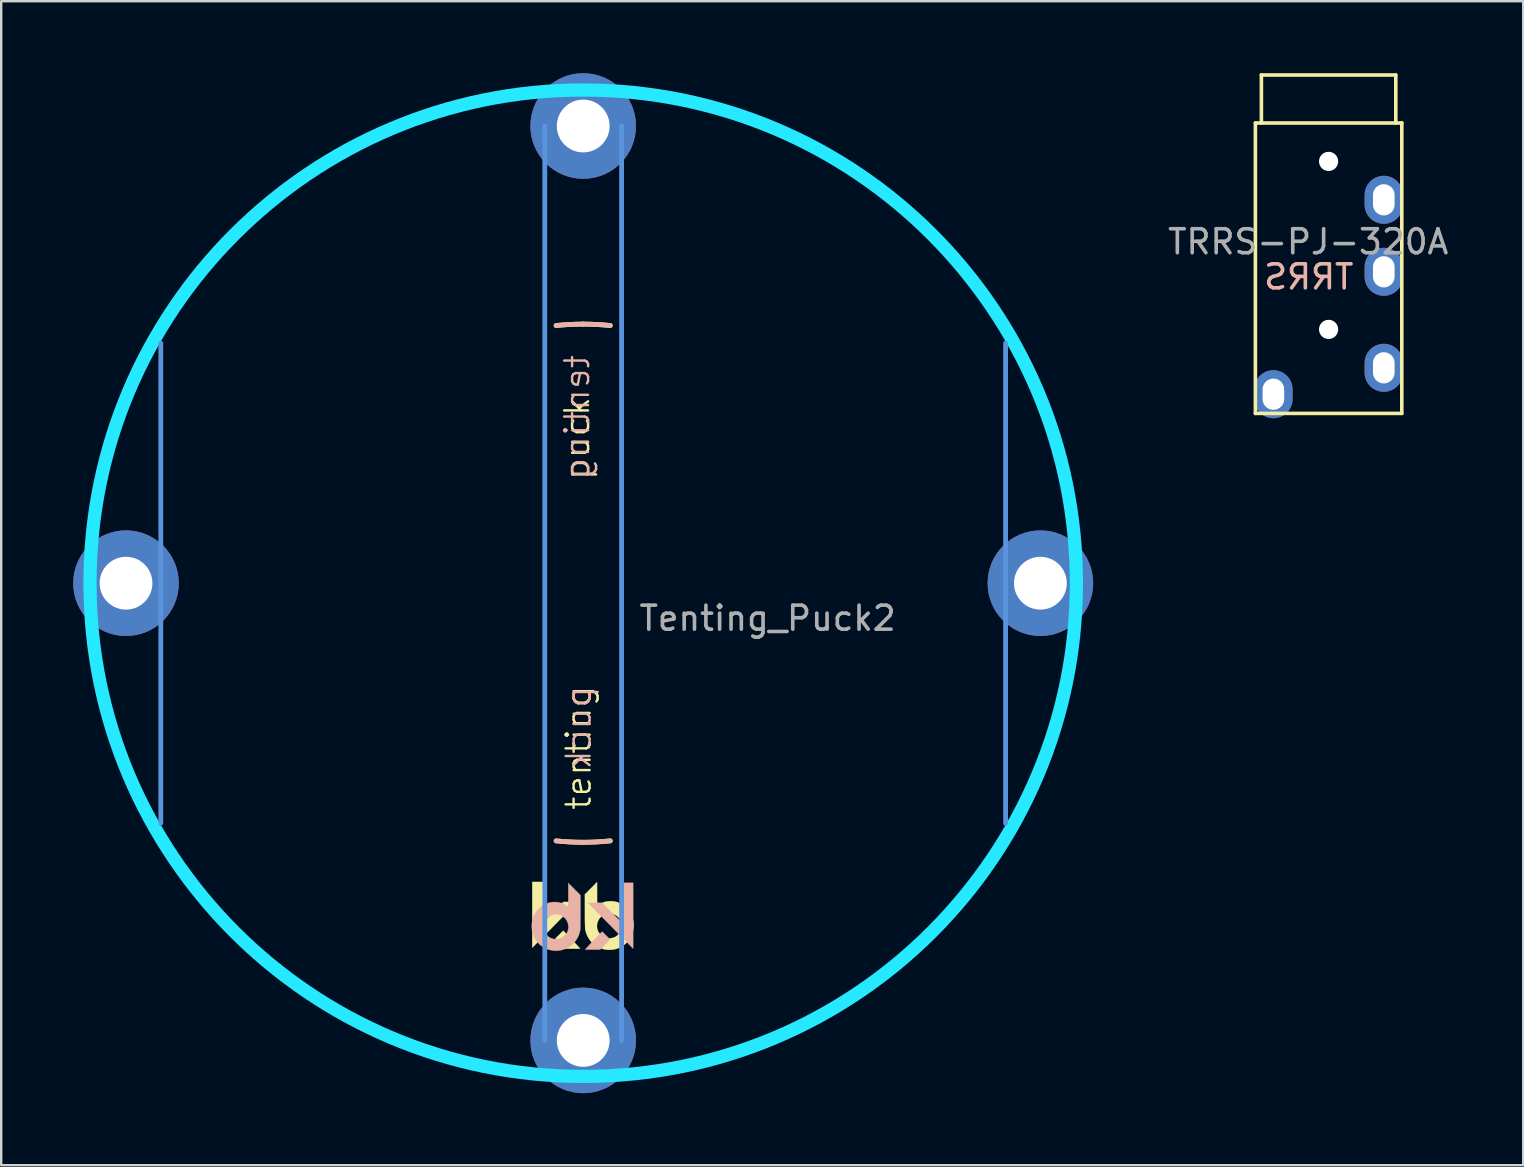
<source format=kicad_pcb>
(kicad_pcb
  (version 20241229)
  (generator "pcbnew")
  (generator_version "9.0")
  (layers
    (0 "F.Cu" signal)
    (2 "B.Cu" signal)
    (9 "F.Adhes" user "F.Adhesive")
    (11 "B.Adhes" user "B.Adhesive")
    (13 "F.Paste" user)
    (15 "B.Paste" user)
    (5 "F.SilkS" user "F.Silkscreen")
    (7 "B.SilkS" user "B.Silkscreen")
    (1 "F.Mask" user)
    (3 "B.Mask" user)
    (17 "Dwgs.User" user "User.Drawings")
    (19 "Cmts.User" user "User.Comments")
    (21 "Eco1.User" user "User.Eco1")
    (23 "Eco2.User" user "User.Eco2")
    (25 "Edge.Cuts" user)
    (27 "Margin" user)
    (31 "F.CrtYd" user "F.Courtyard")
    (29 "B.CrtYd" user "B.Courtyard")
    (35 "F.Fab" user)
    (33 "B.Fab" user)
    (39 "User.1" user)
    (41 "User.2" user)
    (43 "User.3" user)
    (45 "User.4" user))
  (footprint "TRRS-PJ-320A"
    (layer "F.Cu")
    (at 52.308 2.075)
    (property "Reference" "TRRS-PJ-320A" (at -0.85 4.95 0) (layer "F.Fab") (effects (font (size 1 1) (thickness 0.15))))
    (attr through_hole)
    (fp_line (start -3.05 0) (end -3.05 12.1) (stroke (width 0.15) (type solid)) (layer "F.SilkS"))
    (fp_line (start -2.8 0) (end -2.8 -2) (stroke (width 0.15) (type solid)) (layer "F.SilkS"))
    (fp_line (start 2.8 -2) (end -2.8 -2) (stroke (width 0.15) (type solid)) (layer "F.SilkS"))
    (fp_line (start 2.8 0) (end 2.8 -2) (stroke (width 0.15) (type solid)) (layer "F.SilkS"))
    (fp_line (start 3.05 0) (end -3.05 0) (stroke (width 0.15) (type solid)) (layer "F.SilkS"))
    (fp_line (start 3.05 0) (end 3.05 12.1) (stroke (width 0.15) (type solid)) (layer "F.SilkS"))
    (fp_line (start 3.05 12.1) (end -3.05 12.1) (stroke (width 0.15) (type solid)) (layer "F.SilkS"))
    (fp_text user "TRRS" (at -0.826 6.413 0) (layer "B.SilkS") (effects (font (size 1 1) (thickness 0.15)) (justify mirror)))
    (pad "" np_thru_hole circle (at 0 1.6) (size 0.8 0.8) (drill 0.8) (layers "*.Cu" "*.Mask"))
    (pad "" np_thru_hole circle (at 0 8.6) (size 0.8 0.8) (drill 0.8) (layers "*.Cu" "*.Mask"))
    (pad "R1" thru_hole oval (at 2.3 6.2) (size 1.6 2) (drill oval 0.9 1.3) (layers "*.Cu" "*.Mask"))
    (pad "R2" thru_hole oval (at 2.3 3.2) (size 1.6 2) (drill oval 0.9 1.3) (layers "*.Cu" "*.Mask"))
    (pad "S" thru_hole oval (at -2.3 11.3) (size 1.6 2) (drill oval 0.9 1.3) (layers "*.Cu" "*.Mask"))
    (pad "T" thru_hole oval (at 2.3 10.2) (size 1.6 2) (drill oval 0.9 1.3) (layers "*.Cu" "*.Mask")))
  (footprint "Tenting_Puck2"
    (layer "F.Cu")
    (at 21.25 21.25)
    (property "Reference" "Tenting_Puck2" (at 7.684 1.46 0) (layer "F.Fab") (effects (font (size 1 1) (thickness 0.15))))
    (attr through_hole)
    (fp_arc (start -20.32 -2.8575) (mid -19.91151 -4.959786) (end -19.286134 -7.008048) (stroke (width 0.2) (type solid)) (layer "F.SilkS"))
    (fp_arc (start -19.286134 7.008047) (mid -19.91151 4.959786) (end -20.32 2.8575) (stroke (width 0.2) (type solid)) (layer "F.SilkS"))
    (fp_arc (start -7.008048 -19.286134) (mid -4.959786 -19.91151) (end -2.8575 -20.32) (stroke (width 0.2) (type solid)) (layer "F.SilkS"))
    (fp_arc (start -2.8575 20.32) (mid -4.959785 19.91151) (end -7.008046 19.286135) (stroke (width 0.2) (type solid)) (layer "F.SilkS"))
    (fp_arc (start -1.128385 -10.735864) (mid -0.564967 -10.780206) (end 0 -10.795) (stroke (width 0.2) (type solid)) (layer "F.SilkS"))
    (fp_arc (start 0 -10.795) (mid 0.564967 -10.780206) (end 1.128385 -10.735864) (stroke (width 0.2) (type solid)) (layer "F.SilkS"))
    (fp_arc (start 0 10.795) (mid -0.564967 10.780206) (end -1.128385 10.735864) (stroke (width 0.2) (type solid)) (layer "F.SilkS"))
    (fp_arc (start 1.128385 10.735864) (mid 0.564967 10.780206) (end 0 10.795) (stroke (width 0.2) (type solid)) (layer "F.SilkS"))
    (fp_arc (start 2.8575 -20.32) (mid 4.959786 -19.91151) (end 7.008047 -19.286134) (stroke (width 0.2) (type solid)) (layer "F.SilkS"))
    (fp_arc (start 7.008047 19.286134) (mid 4.959786 19.91151) (end 2.8575 20.32) (stroke (width 0.2) (type solid)) (layer "F.SilkS"))
    (fp_arc (start 19.286135 -7.008045) (mid 19.91151 -4.959785) (end 20.32 -2.8575) (stroke (width 0.2) (type solid)) (layer "F.SilkS"))
    (fp_arc (start 20.32 2.8575) (mid 19.91151 4.959785) (end 19.286135 7.008046) (stroke (width 0.2) (type solid)) (layer "F.SilkS"))
    (fp_poly (pts (xy -1.627 14.082) (xy -0.824 13.279) (xy -0.535 13.282) (xy -0.247 13.285) (xy -1.094 14.145) (xy -1.212 14.265) (xy -1.327 14.382) (xy -1.437 14.494) (xy -1.542 14.6) (xy -1.64 14.7) (xy -1.731 14.791) (xy -1.811 14.874) (xy -1.882 14.945) (xy -1.941 15.005) (xy -1.987 15.052) (xy -2.019 15.084) (xy -2.032 15.098) (xy -2.123 15.19) (xy -2.123 12.448) (xy -1.627 12.448) (xy -1.627 14.082)) (stroke (width 0.01) (type solid)) (fill yes) (layer "F.SilkS"))
    (fp_poly (pts (xy -0.82 14.488) (xy -0.797 14.511) (xy -0.763 14.547) (xy -0.719 14.593) (xy -0.666 14.647) (xy -0.609 14.708) (xy -0.547 14.773) (xy -0.483 14.841) (xy -0.42 14.908) (xy -0.359 14.973) (xy -0.302 15.034) (xy -0.251 15.089) (xy -0.208 15.135) (xy -0.175 15.171) (xy -0.154 15.194) (xy -0.152 15.197) (xy -0.124 15.231) (xy -0.744 15.231) (xy -0.917 15.055) (xy -0.971 15) (xy -1.021 14.948) (xy -1.065 14.903) (xy -1.099 14.868) (xy -1.121 14.844) (xy -1.124 14.841) (xy -1.158 14.803) (xy -0.997 14.642) (xy -0.948 14.592) (xy -0.903 14.549) (xy -0.867 14.514) (xy -0.842 14.491) (xy -0.829 14.48) (xy -0.829 14.48) (xy -0.82 14.488)) (stroke (width 0.01) (type solid)) (fill yes) (layer "F.SilkS"))
    (fp_poly (pts (xy 0.578 12.948) (xy 0.578 13.052) (xy 0.579 13.149) (xy 0.58 13.236) (xy 0.581 13.31) (xy 0.582 13.37) (xy 0.583 13.413) (xy 0.585 13.437) (xy 0.586 13.441) (xy 0.598 13.435) (xy 0.623 13.419) (xy 0.647 13.401) (xy 0.762 13.331) (xy 0.884 13.282) (xy 1.014 13.254) (xy 1.153 13.247) (xy 1.171 13.248) (xy 1.261 13.255) (xy 1.337 13.267) (xy 1.409 13.286) (xy 1.484 13.315) (xy 1.554 13.348) (xy 1.682 13.423) (xy 1.795 13.515) (xy 1.892 13.622) (xy 1.972 13.743) (xy 2.033 13.874) (xy 2.076 14.016) (xy 2.099 14.167) (xy 2.102 14.256) (xy 2.092 14.409) (xy 2.061 14.553) (xy 2.008 14.693) (xy 1.95 14.8) (xy 1.865 14.92) (xy 1.763 15.025) (xy 1.648 15.113) (xy 1.521 15.184) (xy 1.385 15.236) (xy 1.241 15.268) (xy 1.093 15.279) (xy 0.993 15.275) (xy 0.848 15.25) (xy 0.707 15.204) (xy 0.574 15.138) (xy 0.452 15.054) (xy 0.343 14.954) (xy 0.335 14.944) (xy 0.254 14.84) (xy 0.184 14.722) (xy 0.129 14.596) (xy 0.092 14.469) (xy 0.083 14.423) (xy 0.08 14.394) (xy 0.078 14.344) (xy 0.076 14.294) (xy 0.573 14.294) (xy 0.583 14.391) (xy 0.614 14.485) (xy 0.642 14.539) (xy 0.709 14.628) (xy 0.789 14.699) (xy 0.878 14.751) (xy 0.975 14.784) (xy 1.076 14.797) (xy 1.18 14.789) (xy 1.253 14.769) (xy 1.296 14.753) (xy 1.337 14.736) (xy 1.353 14.728) (xy 1.398 14.697) (xy 1.448 14.651) (xy 1.496 14.595) (xy 1.537 14.537) (xy 1.559 14.498) (xy 1.579 14.454) (xy 1.591 14.415) (xy 1.599 14.373) (xy 1.603 14.318) (xy 1.603 14.313) (xy 1.6 14.205) (xy 1.577 14.107) (xy 1.534 14.014) (xy 1.516 13.985) (xy 1.451 13.908) (xy 1.372 13.845) (xy 1.283 13.8) (xy 1.186 13.772) (xy 1.085 13.763) (xy 0.984 13.773) (xy 0.885 13.803) (xy 0.871 13.81) (xy 0.783 13.863) (xy 0.709 13.931) (xy 0.65 14.011) (xy 0.607 14.101) (xy 0.581 14.196) (xy 0.573 14.294) (xy 0.076 14.294) (xy 0.076 14.274) (xy 0.074 14.185) (xy 0.072 14.078) (xy 0.071 13.955) (xy 0.071 13.818) (xy 0.071 13.668) (xy 0.071 13.656) (xy 0.07 12.964) (xy 0.578 12.454) (xy 0.578 12.948)) (stroke (width 0.01) (type solid)) (fill yes) (layer "F.SilkS"))
    (fp_arc (start -20.32 -2.8575) (mid -19.91151 -4.959784) (end -19.286136 -7.008044) (stroke (width 0.2) (type solid)) (layer "B.SilkS"))
    (fp_arc (start -19.286135 7.008046) (mid -19.91151 4.959785) (end -20.32 2.8575) (stroke (width 0.2) (type solid)) (layer "B.SilkS"))
    (fp_arc (start -7.008046 -19.286135) (mid -4.959785 -19.91151) (end -2.8575 -20.32) (stroke (width 0.2) (type solid)) (layer "B.SilkS"))
    (fp_arc (start -2.8575 20.32) (mid -4.959785 19.91151) (end -7.008045 19.286135) (stroke (width 0.2) (type solid)) (layer "B.SilkS"))
    (fp_arc (start -1.128385 -10.735864) (mid -0.564967 -10.780206) (end 0 -10.795) (stroke (width 0.2) (type solid)) (layer "B.SilkS"))
    (fp_arc (start 0 -10.795) (mid 0.564967 -10.780206) (end 1.128385 -10.735864) (stroke (width 0.2) (type solid)) (layer "B.SilkS"))
    (fp_arc (start 0 10.795) (mid -0.564967 10.780206) (end -1.128385 10.735864) (stroke (width 0.2) (type solid)) (layer "B.SilkS"))
    (fp_arc (start 1.128385 10.735864) (mid 0.564967 10.780206) (end 0 10.795) (stroke (width 0.2) (type solid)) (layer "B.SilkS"))
    (fp_arc (start 2.8575 -20.32) (mid 4.959787 -19.91151) (end 7.008049 -19.286134) (stroke (width 0.2) (type solid)) (layer "B.SilkS"))
    (fp_arc (start 7.008045 19.286135) (mid 4.959785 19.91151) (end 2.8575 20.32) (stroke (width 0.2) (type solid)) (layer "B.SilkS"))
    (fp_arc (start 19.286134 -7.008048) (mid 19.91151 -4.959786) (end 20.32 -2.8575) (stroke (width 0.2) (type solid)) (layer "B.SilkS"))
    (fp_arc (start 20.32 2.8575) (mid 19.91151 4.959786) (end 19.286134 7.008048) (stroke (width 0.2) (type solid)) (layer "B.SilkS"))
    (fp_poly (pts (xy 1.584 14.118) (xy 0.782 13.315) (xy 0.493 13.318) (xy 0.205 13.322) (xy 1.052 14.182) (xy 1.17 14.301) (xy 1.285 14.418) (xy 1.395 14.53) (xy 1.5 14.637) (xy 1.598 14.736) (xy 1.688 14.828) (xy 1.769 14.91) (xy 1.84 14.981) (xy 1.899 15.041) (xy 1.944 15.088) (xy 1.976 15.12) (xy 1.99 15.134) (xy 2.081 15.226) (xy 2.081 12.484) (xy 1.584 12.484) (xy 1.584 14.118)) (stroke (width 0.01) (type solid)) (fill yes) (layer "B.SilkS"))
    (fp_poly (pts (xy 0.778 14.525) (xy 0.755 14.547) (xy 0.721 14.583) (xy 0.676 14.629) (xy 0.624 14.684) (xy 0.566 14.745) (xy 0.505 14.81) (xy 0.441 14.877) (xy 0.378 14.944) (xy 0.316 15.009) (xy 0.259 15.07) (xy 0.208 15.125) (xy 0.166 15.172) (xy 0.133 15.207) (xy 0.112 15.231) (xy 0.11 15.233) (xy 0.082 15.267) (xy 0.702 15.267) (xy 0.875 15.091) (xy 0.929 15.036) (xy 0.979 14.985) (xy 1.023 14.939) (xy 1.057 14.904) (xy 1.079 14.88) (xy 1.082 14.877) (xy 1.116 14.839) (xy 0.955 14.678) (xy 0.905 14.628) (xy 0.861 14.585) (xy 0.825 14.55) (xy 0.799 14.527) (xy 0.787 14.517) (xy 0.787 14.516) (xy 0.778 14.525)) (stroke (width 0.01) (type solid)) (fill yes) (layer "B.SilkS"))
    (fp_poly (pts (xy -0.621 12.984) (xy -0.621 13.088) (xy -0.621 13.185) (xy -0.622 13.272) (xy -0.623 13.346) (xy -0.624 13.406) (xy -0.625 13.45) (xy -0.627 13.473) (xy -0.628 13.477) (xy -0.64 13.471) (xy -0.665 13.455) (xy -0.689 13.438) (xy -0.804 13.367) (xy -0.926 13.318) (xy -1.057 13.29) (xy -1.196 13.284) (xy -1.214 13.284) (xy -1.303 13.291) (xy -1.38 13.303) (xy -1.451 13.322) (xy -1.526 13.351) (xy -1.596 13.384) (xy -1.724 13.459) (xy -1.837 13.551) (xy -1.934 13.658) (xy -2.014 13.779) (xy -2.076 13.911) (xy -2.118 14.053) (xy -2.141 14.203) (xy -2.145 14.293) (xy -2.134 14.445) (xy -2.103 14.59) (xy -2.05 14.729) (xy -1.993 14.836) (xy -1.907 14.956) (xy -1.805 15.061) (xy -1.69 15.149) (xy -1.563 15.22) (xy -1.427 15.272) (xy -1.283 15.304) (xy -1.135 15.316) (xy -1.035 15.311) (xy -0.89 15.286) (xy -0.75 15.24) (xy -0.616 15.174) (xy -0.494 15.09) (xy -0.386 14.99) (xy -0.377 14.981) (xy -0.296 14.876) (xy -0.226 14.758) (xy -0.171 14.632) (xy -0.134 14.505) (xy -0.125 14.459) (xy -0.122 14.43) (xy -0.12 14.38) (xy -0.118 14.33) (xy -0.615 14.33) (xy -0.625 14.428) (xy -0.656 14.522) (xy -0.684 14.576) (xy -0.751 14.664) (xy -0.831 14.735) (xy -0.92 14.787) (xy -1.017 14.82) (xy -1.119 14.833) (xy -1.222 14.825) (xy -1.295 14.805) (xy -1.338 14.789) (xy -1.379 14.772) (xy -1.395 14.764) (xy -1.441 14.733) (xy -1.49 14.687) (xy -1.538 14.632) (xy -1.579 14.573) (xy -1.601 14.534) (xy -1.621 14.49) (xy -1.634 14.452) (xy -1.641 14.409) (xy -1.645 14.354) (xy -1.646 14.349) (xy -1.642 14.241) (xy -1.619 14.144) (xy -1.576 14.05) (xy -1.558 14.022) (xy -1.493 13.944) (xy -1.415 13.882) (xy -1.325 13.836) (xy -1.228 13.808) (xy -1.127 13.799) (xy -1.026 13.809) (xy -0.927 13.84) (xy -0.913 13.846) (xy -0.825 13.899) (xy -0.751 13.967) (xy -0.692 14.047) (xy -0.649 14.137) (xy -0.623 14.232) (xy -0.615 14.33) (xy -0.118 14.33) (xy -0.118 14.31) (xy -0.116 14.221) (xy -0.115 14.114) (xy -0.114 13.991) (xy -0.113 13.854) (xy -0.113 13.704) (xy -0.113 13.692) (xy -0.113 13) (xy -0.62 12.49) (xy -0.621 12.984)) (stroke (width 0.01) (type solid)) (fill yes) (layer "B.SilkS"))
    (fp_line (start -17.6 10) (end -17.6 -10) (stroke (width 0.2) (type solid)) (layer "Cmts.User"))
    (fp_line (start -1.6 19.05) (end -1.6 -19.05) (stroke (width 0.2) (type solid)) (layer "Cmts.User"))
    (fp_line (start 1.6 19.05) (end 1.6 -19.05) (stroke (width 0.2) (type solid)) (layer "Cmts.User"))
    (fp_line (start 17.6 10) (end 17.6 -10) (stroke (width 0.2) (type solid)) (layer "Cmts.User"))
    (fp_circle (center 0 0) (end 20.55 0) (stroke (width 0.55) (type solid)) (fill no) (layer "B.CrtYd"))
    (fp_text user "puck" (at -0.254 -6.032 90) (layer "F.SilkS") (effects (font (size 1 1) (thickness 0.1))))
    (fp_text user "tenting" (at -0.191 6.858 90) (layer "F.SilkS") (effects (font (size 1 1) (thickness 0.1))))
    (fp_text user "tenting" (at -0.254 -6.921 90) (layer "B.SilkS") (effects (font (size 1 1) (thickness 0.1)) (justify mirror)))
    (fp_text user "puck" (at -0.191 6.032 90) (unlocked yes) (layer "B.SilkS") (effects (font (size 1 1) (thickness 0.1)) (justify mirror)))
    (pad "1" thru_hole circle (at -19.05 0) (size 4.4 4.4) (drill 2.2) (layers "*.Cu" "*.Mask"))
    (pad "1" thru_hole circle (at 0 -19.05) (size 4.4 4.4) (drill 2.2) (layers "*.Cu" "*.Mask"))
    (pad "1" thru_hole circle (at 0 19.05) (size 4.4 4.4) (drill 2.2) (layers "*.Cu" "*.Mask"))
    (pad "1" thru_hole circle (at 19.05 0) (size 4.4 4.4) (drill 2.2) (layers "*.Cu" "*.Mask")))
  (gr_rect
    (start -3 -3)
    (end 60.417 45.5)
    (stroke (width 0.1) (type default))
    (fill no)
    (layer "Edge.Cuts")))
</source>
